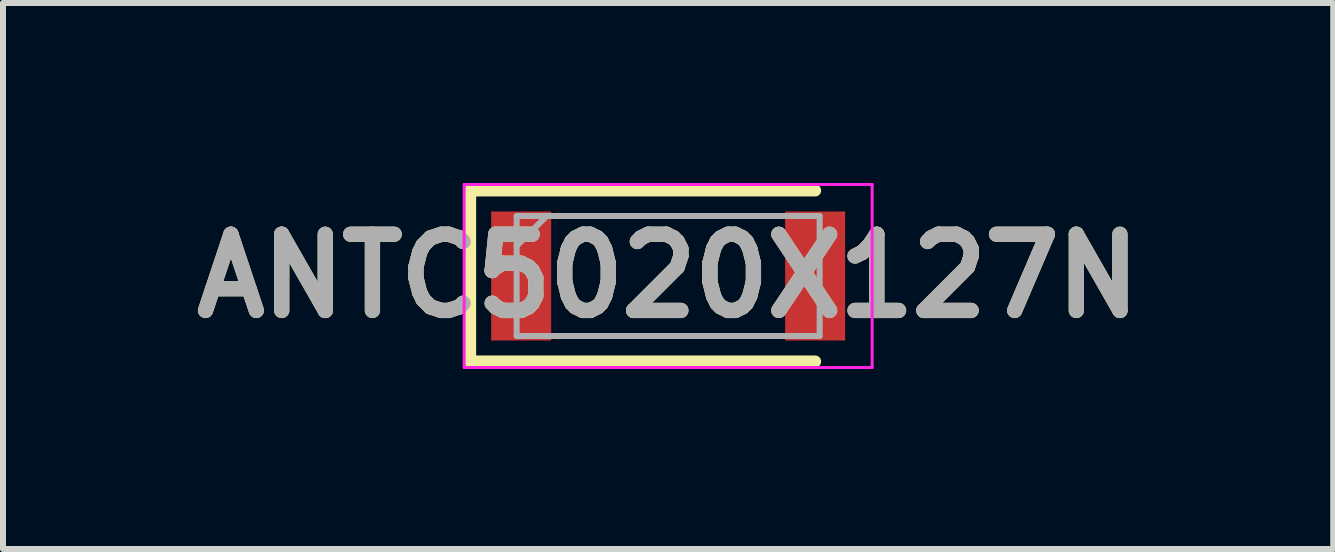
<source format=kicad_pcb>
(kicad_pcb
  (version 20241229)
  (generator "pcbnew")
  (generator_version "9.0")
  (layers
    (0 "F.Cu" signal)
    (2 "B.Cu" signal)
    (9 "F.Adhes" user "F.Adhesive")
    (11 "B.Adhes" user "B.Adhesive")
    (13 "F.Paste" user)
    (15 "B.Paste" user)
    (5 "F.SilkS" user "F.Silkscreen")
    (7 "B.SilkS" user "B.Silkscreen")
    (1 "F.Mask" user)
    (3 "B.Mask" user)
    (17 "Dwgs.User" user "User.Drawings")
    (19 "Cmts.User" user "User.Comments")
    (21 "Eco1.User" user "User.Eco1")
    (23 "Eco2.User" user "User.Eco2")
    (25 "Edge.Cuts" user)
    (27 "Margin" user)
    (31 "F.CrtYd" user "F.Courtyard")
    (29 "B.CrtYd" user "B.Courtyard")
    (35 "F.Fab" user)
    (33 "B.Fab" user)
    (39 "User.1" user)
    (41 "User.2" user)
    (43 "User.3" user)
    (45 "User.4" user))
  (footprint "ANTC5020X127N"
    (layer "F.Cu")
    (at 8.086 1.55)
    (property "Reference" "ANTC5020X127N" (at 0 0 0) (layer "F.SilkS") (effects (font (size 1.27 1.27) (thickness 0.254))))
    (attr smd)
    (fp_line (start -3.3 -1.425) (end -3.3 1.425) (stroke (width 0.2) (type solid)) (layer "F.SilkS"))
    (fp_line (start -3.3 1.425) (end 2.45 1.425) (stroke (width 0.2) (type solid)) (layer "F.SilkS"))
    (fp_line (start 2.45 -1.425) (end -3.3 -1.425) (stroke (width 0.2) (type solid)) (layer "F.SilkS"))
    (fp_line (start -3.4 -1.525) (end 3.4 -1.525) (stroke (width 0.05) (type solid)) (layer "F.CrtYd"))
    (fp_line (start -3.4 1.525) (end -3.4 -1.525) (stroke (width 0.05) (type solid)) (layer "F.CrtYd"))
    (fp_line (start 3.4 -1.525) (end 3.4 1.525) (stroke (width 0.05) (type solid)) (layer "F.CrtYd"))
    (fp_line (start 3.4 1.525) (end -3.4 1.525) (stroke (width 0.05) (type solid)) (layer "F.CrtYd"))
    (fp_line (start -2.525 -1) (end 2.525 -1) (stroke (width 0.1) (type solid)) (layer "F.Fab"))
    (fp_line (start -2.525 -0.5) (end -2.025 -1) (stroke (width 0.1) (type solid)) (layer "F.Fab"))
    (fp_line (start -2.525 1) (end -2.525 -1) (stroke (width 0.1) (type solid)) (layer "F.Fab"))
    (fp_line (start 2.525 -1) (end 2.525 1) (stroke (width 0.1) (type solid)) (layer "F.Fab"))
    (fp_line (start 2.525 1) (end -2.525 1) (stroke (width 0.1) (type solid)) (layer "F.Fab"))
    (fp_text user "${REFERENCE}" (at 0 0 0) (layer "F.Fab") (effects (font (size 1.27 1.27) (thickness 0.254))))
    (pad "1" smd rect (at -2.45 0) (size 1 2.15) (layers "F.Cu" "F.Mask" "F.Paste"))
    (pad "2" smd rect (at 2.45 0) (size 1 2.15) (layers "F.Cu" "F.Mask" "F.Paste")))
  (gr_rect
    (start -3 -3)
    (end 19.171 6.1)
    (stroke (width 0.1) (type default))
    (fill no)
    (layer "Edge.Cuts")))
</source>
